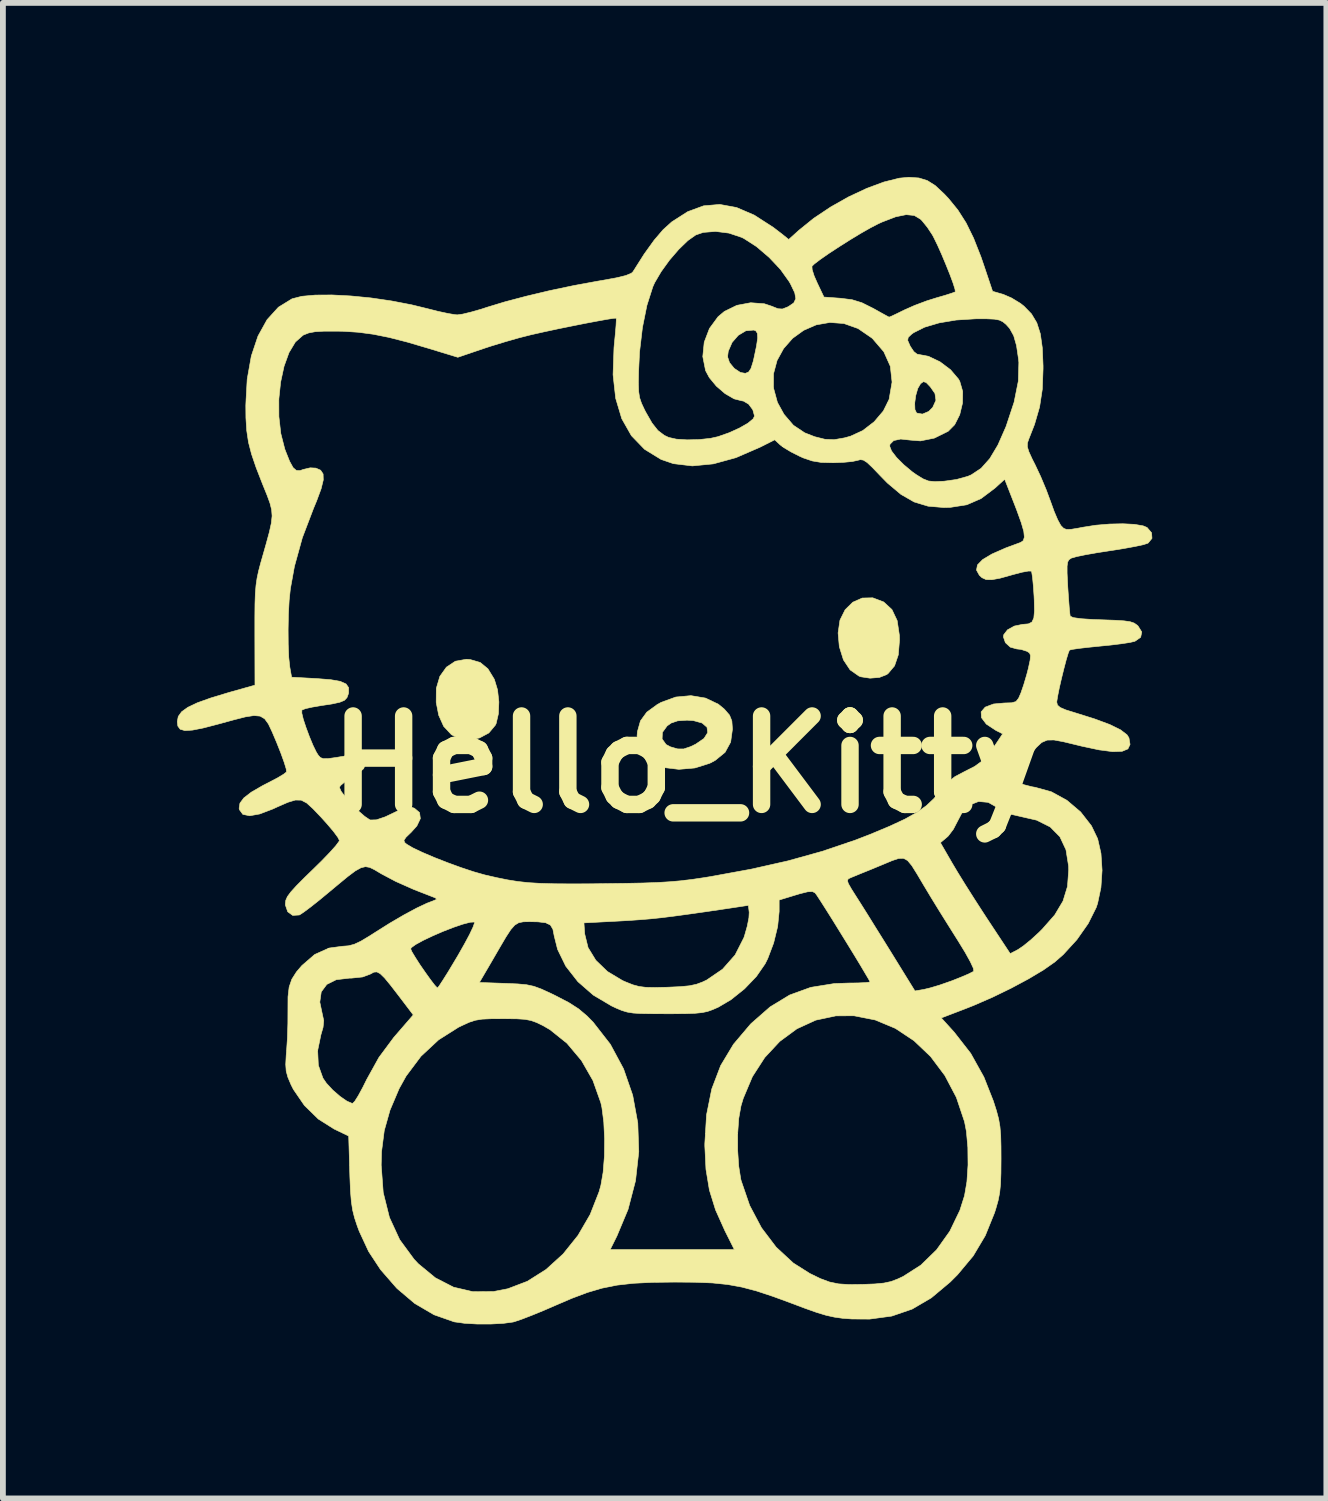
<source format=kicad_pcb>
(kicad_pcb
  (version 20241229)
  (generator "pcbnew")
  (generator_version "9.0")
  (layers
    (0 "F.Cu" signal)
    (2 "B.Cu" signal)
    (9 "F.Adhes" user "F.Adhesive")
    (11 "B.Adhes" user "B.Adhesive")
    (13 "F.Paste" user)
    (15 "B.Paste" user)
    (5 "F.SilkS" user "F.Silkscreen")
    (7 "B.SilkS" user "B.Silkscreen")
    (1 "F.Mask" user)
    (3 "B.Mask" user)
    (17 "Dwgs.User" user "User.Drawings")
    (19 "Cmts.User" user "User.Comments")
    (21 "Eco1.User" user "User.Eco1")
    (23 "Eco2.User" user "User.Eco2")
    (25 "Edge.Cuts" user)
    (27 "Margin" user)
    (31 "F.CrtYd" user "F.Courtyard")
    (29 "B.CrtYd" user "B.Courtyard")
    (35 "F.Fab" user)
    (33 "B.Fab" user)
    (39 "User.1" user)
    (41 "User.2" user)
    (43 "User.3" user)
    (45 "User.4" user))
  (footprint "Hello_Kitty"
    (layer "F.Cu")
    (at 8.768 10.123)
    (property "Reference" "Hello_Kitty" (at 0 0 0) (layer "F.SilkS") (effects (font (size 1.524 1.524) (thickness 0.3))))
    (attr through_hole)
    (fp_poly (pts (xy -3.715 -1.807) (xy -3.543 -1.757) (xy -3.41 -1.648) (xy -3.301 -1.47) (xy -3.297 -1.46) (xy -3.244 -1.285) (xy -3.221 -1.077) (xy -3.229 -0.873) (xy -3.268 -0.705) (xy -3.282 -0.676) (xy -3.394 -0.542) (xy -3.555 -0.456) (xy -3.738 -0.422) (xy -3.917 -0.448) (xy -4.038 -0.512) (xy -4.172 -0.656) (xy -4.258 -0.848) (xy -4.301 -1.069) (xy -4.299 -1.311) (xy -4.238 -1.517) (xy -4.125 -1.676) (xy -3.971 -1.778) (xy -3.781 -1.812) (xy -3.715 -1.807)) (stroke (width 0.01) (type solid)) (fill yes) (layer "F.SilkS"))
    (fp_poly (pts (xy 3.409 -2.8) (xy 3.411 -2.799) (xy 3.553 -2.668) (xy 3.643 -2.478) (xy 3.681 -2.224) (xy 3.683 -2.14) (xy 3.662 -1.887) (xy 3.598 -1.699) (xy 3.486 -1.566) (xy 3.462 -1.548) (xy 3.337 -1.499) (xy 3.175 -1.486) (xy 3.018 -1.51) (xy 2.985 -1.522) (xy 2.832 -1.629) (xy 2.717 -1.802) (xy 2.646 -2.029) (xy 2.625 -2.265) (xy 2.657 -2.486) (xy 2.746 -2.665) (xy 2.878 -2.795) (xy 3.041 -2.867) (xy 3.222 -2.871) (xy 3.409 -2.8)) (stroke (width 0.01) (type solid)) (fill yes) (layer "F.SilkS"))
    (fp_poly (pts (xy 0.34 -1.143) (xy 0.562 -1.037) (xy 0.665 -0.952) (xy 0.754 -0.849) (xy 0.794 -0.749) (xy 0.804 -0.61) (xy 0.804 -0.607) (xy 0.773 -0.384) (xy 0.677 -0.208) (xy 0.508 -0.07) (xy 0.412 -0.019) (xy 0.158 0.061) (xy -0.119 0.085) (xy -0.386 0.053) (xy -0.541 0.000426) (xy -0.708 -0.117) (xy -0.809 -0.284) (xy -0.831 -0.439) (xy -0.408 -0.439) (xy -0.34 -0.343) (xy -0.265 -0.303) (xy -0.14 -0.267) (xy -0.037 -0.266) (xy 0.082 -0.306) (xy 0.171 -0.349) (xy 0.314 -0.447) (xy 0.378 -0.548) (xy 0.366 -0.64) (xy 0.282 -0.713) (xy 0.131 -0.755) (xy 0.021 -0.762) (xy -0.14 -0.751) (xy -0.252 -0.713) (xy -0.322 -0.663) (xy -0.403 -0.552) (xy -0.408 -0.439) (xy -0.831 -0.439) (xy -0.839 -0.492) (xy -0.833 -0.566) (xy -0.781 -0.75) (xy -0.672 -0.9) (xy -0.493 -1.031) (xy -0.425 -1.069) (xy -0.172 -1.161) (xy 0.089 -1.185) (xy 0.34 -1.143)) (stroke (width 0.01) (type solid)) (fill yes) (layer "F.SilkS"))
    (fp_poly (pts (xy 4.017 -10.106) (xy 4.161 -10.062) (xy 4.299 -9.975) (xy 4.452 -9.832) (xy 4.526 -9.754) (xy 4.689 -9.554) (xy 4.831 -9.331) (xy 4.96 -9.068) (xy 5.087 -8.746) (xy 5.143 -8.582) (xy 5.287 -8.153) (xy 5.471 -8.1) (xy 5.614 -8.038) (xy 5.767 -7.945) (xy 5.829 -7.896) (xy 5.957 -7.764) (xy 6.049 -7.611) (xy 6.11 -7.42) (xy 6.144 -7.178) (xy 6.157 -6.87) (xy 6.157 -6.816) (xy 6.144 -6.466) (xy 6.097 -6.159) (xy 6.01 -5.859) (xy 5.912 -5.609) (xy 5.888 -5.54) (xy 5.886 -5.474) (xy 5.912 -5.389) (xy 5.97 -5.262) (xy 6.018 -5.168) (xy 6.115 -4.962) (xy 6.213 -4.728) (xy 6.289 -4.523) (xy 6.349 -4.357) (xy 6.41 -4.214) (xy 6.461 -4.121) (xy 6.47 -4.11) (xy 6.512 -4.068) (xy 6.561 -4.049) (xy 6.64 -4.051) (xy 6.772 -4.073) (xy 6.837 -4.086) (xy 7.065 -4.122) (xy 7.304 -4.142) (xy 7.532 -4.147) (xy 7.732 -4.137) (xy 7.882 -4.111) (xy 7.949 -4.083) (xy 8.027 -3.992) (xy 8.034 -3.896) (xy 7.969 -3.816) (xy 7.958 -3.81) (xy 7.886 -3.787) (xy 7.748 -3.757) (xy 7.563 -3.723) (xy 7.349 -3.688) (xy 7.299 -3.681) (xy 7.081 -3.647) (xy 6.888 -3.613) (xy 6.738 -3.582) (xy 6.65 -3.557) (xy 6.64 -3.553) (xy 6.603 -3.527) (xy 6.581 -3.487) (xy 6.571 -3.416) (xy 6.571 -3.298) (xy 6.58 -3.117) (xy 6.583 -3.056) (xy 6.596 -2.865) (xy 6.608 -2.705) (xy 6.619 -2.594) (xy 6.625 -2.555) (xy 6.676 -2.53) (xy 6.809 -2.511) (xy 7.023 -2.497) (xy 7.171 -2.492) (xy 7.396 -2.484) (xy 7.552 -2.474) (xy 7.657 -2.459) (xy 7.726 -2.436) (xy 7.775 -2.402) (xy 7.794 -2.385) (xy 7.858 -2.282) (xy 7.839 -2.191) (xy 7.74 -2.122) (xy 7.736 -2.121) (xy 7.656 -2.102) (xy 7.513 -2.08) (xy 7.327 -2.057) (xy 7.136 -2.038) (xy 6.939 -2.018) (xy 6.775 -1.999) (xy 6.66 -1.982) (xy 6.612 -1.97) (xy 6.591 -1.918) (xy 6.557 -1.806) (xy 6.517 -1.654) (xy 6.475 -1.484) (xy 6.437 -1.319) (xy 6.409 -1.179) (xy 6.394 -1.086) (xy 6.393 -1.073) (xy 6.405 -1.022) (xy 6.452 -0.981) (xy 6.55 -0.939) (xy 6.699 -0.893) (xy 7.043 -0.785) (xy 7.307 -0.687) (xy 7.492 -0.596) (xy 7.603 -0.511) (xy 7.637 -0.458) (xy 7.656 -0.344) (xy 7.619 -0.267) (xy 7.52 -0.226) (xy 7.357 -0.22) (xy 7.125 -0.25) (xy 6.821 -0.315) (xy 6.731 -0.337) (xy 6.507 -0.391) (xy 6.346 -0.421) (xy 6.228 -0.419) (xy 6.133 -0.378) (xy 6.042 -0.293) (xy 5.934 -0.158) (xy 5.856 -0.052) (xy 5.751 0.091) (xy 5.691 0.182) (xy 5.669 0.238) (xy 5.681 0.272) (xy 5.721 0.303) (xy 5.728 0.307) (xy 5.827 0.35) (xy 5.965 0.385) (xy 6.022 0.395) (xy 6.3 0.472) (xy 6.567 0.618) (xy 6.804 0.819) (xy 6.991 1.059) (xy 7.098 1.282) (xy 7.155 1.533) (xy 7.174 1.825) (xy 7.154 2.124) (xy 7.097 2.394) (xy 7.073 2.466) (xy 6.935 2.742) (xy 6.739 3.021) (xy 6.505 3.277) (xy 6.359 3.405) (xy 6.162 3.543) (xy 5.904 3.697) (xy 5.605 3.857) (xy 5.284 4.013) (xy 4.96 4.154) (xy 4.816 4.211) (xy 4.403 4.369) (xy 4.626 4.615) (xy 4.911 4.981) (xy 5.138 5.389) (xy 5.3 5.8) (xy 5.354 5.969) (xy 5.391 6.108) (xy 5.414 6.241) (xy 5.427 6.392) (xy 5.432 6.583) (xy 5.433 6.795) (xy 5.431 7.045) (xy 5.424 7.233) (xy 5.409 7.382) (xy 5.383 7.515) (xy 5.344 7.653) (xy 5.321 7.726) (xy 5.161 8.121) (xy 4.954 8.469) (xy 4.683 8.794) (xy 4.557 8.92) (xy 4.231 9.193) (xy 3.9 9.387) (xy 3.55 9.507) (xy 3.167 9.559) (xy 2.863 9.557) (xy 2.702 9.545) (xy 2.561 9.525) (xy 2.417 9.493) (xy 2.252 9.443) (xy 2.044 9.369) (xy 1.843 9.293) (xy 1.506 9.169) (xy 1.222 9.075) (xy 0.969 9.008) (xy 0.723 8.963) (xy 0.461 8.936) (xy 0.16 8.924) (xy -0.191 8.921) (xy -0.579 8.926) (xy -0.904 8.942) (xy -1.186 8.974) (xy -1.444 9.026) (xy -1.698 9.101) (xy -1.971 9.204) (xy -2.234 9.317) (xy -2.451 9.411) (xy -2.656 9.495) (xy -2.83 9.562) (xy -2.952 9.603) (xy -2.974 9.609) (xy -3.141 9.632) (xy -3.359 9.644) (xy -3.594 9.644) (xy -3.814 9.631) (xy -3.987 9.607) (xy -3.995 9.605) (xy -4.339 9.484) (xy -4.672 9.289) (xy -4.975 9.032) (xy -4.991 9.015) (xy -5.26 8.706) (xy -5.466 8.393) (xy -5.627 8.046) (xy -5.662 7.952) (xy -5.708 7.813) (xy -5.741 7.681) (xy -5.763 7.536) (xy -5.778 7.356) (xy -5.788 7.119) (xy -5.791 7.022) (xy -5.794 6.905) (xy -5.249 6.905) (xy -5.214 7.378) (xy -5.107 7.807) (xy -4.93 8.191) (xy -4.683 8.527) (xy -4.609 8.606) (xy -4.315 8.848) (xy -4.002 9.009) (xy -3.668 9.087) (xy -3.313 9.084) (xy -3.067 9.036) (xy -2.729 8.907) (xy -2.408 8.704) (xy -2.114 8.437) (xy -1.858 8.118) (xy -1.648 7.757) (xy -1.494 7.365) (xy -1.463 7.254) (xy -1.424 7.028) (xy -1.402 6.751) (xy -1.399 6.453) (xy -1.413 6.164) (xy -1.445 5.915) (xy -1.464 5.83) (xy -1.6 5.447) (xy -1.798 5.102) (xy -2.047 4.806) (xy -2.339 4.572) (xy -2.459 4.502) (xy -2.568 4.449) (xy -2.665 4.414) (xy -2.772 4.393) (xy -2.914 4.384) (xy -3.114 4.382) (xy -3.154 4.382) (xy -3.362 4.383) (xy -3.511 4.39) (xy -3.626 4.409) (xy -3.731 4.443) (xy -3.851 4.498) (xy -3.916 4.529) (xy -4.259 4.746) (xy -4.564 5.03) (xy -4.819 5.37) (xy -4.94 5.588) (xy -5.097 5.958) (xy -5.196 6.309) (xy -5.243 6.674) (xy -5.249 6.905) (xy -5.794 6.905) (xy -5.809 6.404) (xy -6.061 6.283) (xy -6.333 6.111) (xy -6.573 5.876) (xy -6.762 5.6) (xy -6.803 5.519) (xy -6.857 5.391) (xy -6.886 5.285) (xy -6.894 5.17) (xy -6.886 5.013) (xy -6.88 4.938) (xy -6.879 4.931) (xy -6.344 4.931) (xy -6.332 5.185) (xy -6.253 5.406) (xy -6.194 5.493) (xy -6.084 5.612) (xy -5.958 5.721) (xy -5.84 5.803) (xy -5.751 5.841) (xy -5.74 5.841) (xy -5.704 5.805) (xy -5.643 5.708) (xy -5.565 5.564) (xy -5.498 5.429) (xy -5.288 5.05) (xy -5.031 4.704) (xy -4.999 4.667) (xy -4.696 4.317) (xy -4.946 3.988) (xy -5.088 3.804) (xy -5.191 3.679) (xy -5.266 3.606) (xy -5.323 3.576) (xy -5.375 3.58) (xy -5.432 3.611) (xy -5.438 3.614) (xy -5.569 3.663) (xy -5.763 3.683) (xy -5.795 3.683) (xy -6.023 3.71) (xy -6.186 3.791) (xy -6.282 3.92) (xy -6.307 4.096) (xy -6.262 4.311) (xy -6.239 4.416) (xy -6.251 4.533) (xy -6.288 4.66) (xy -6.344 4.931) (xy -6.879 4.931) (xy -6.865 4.716) (xy -6.857 4.463) (xy -6.856 4.235) (xy -6.856 4.232) (xy -6.855 4.005) (xy -6.835 3.836) (xy -6.789 3.702) (xy -6.709 3.576) (xy -6.616 3.467) (xy -6.395 3.276) (xy -6.179 3.179) (xy -4.741 3.179) (xy -4.719 3.23) (xy -4.66 3.328) (xy -4.579 3.454) (xy -4.487 3.587) (xy -4.398 3.711) (xy -4.326 3.805) (xy -4.283 3.85) (xy -4.278 3.852) (xy -4.25 3.817) (xy -4.211 3.758) (xy -3.557 3.758) (xy -3.101 3.774) (xy -2.895 3.783) (xy -2.744 3.797) (xy -2.618 3.824) (xy -2.49 3.871) (xy -2.328 3.945) (xy -2.24 3.988) (xy -2.017 4.104) (xy -1.847 4.213) (xy -1.702 4.335) (xy -1.596 4.443) (xy -1.3 4.823) (xy -1.073 5.245) (xy -0.915 5.701) (xy -0.827 6.18) (xy -0.81 6.674) (xy -0.866 7.174) (xy -0.995 7.669) (xy -1.187 8.128) (xy -1.303 8.361) (xy 0.837 8.361) (xy 0.673 8.034) (xy 0.513 7.677) (xy 0.407 7.335) (xy 0.348 6.978) (xy 0.332 6.65) (xy 0.894 6.65) (xy 0.912 6.922) (xy 0.948 7.15) (xy 0.955 7.176) (xy 1.101 7.601) (xy 1.304 7.985) (xy 1.557 8.319) (xy 1.853 8.593) (xy 2.136 8.772) (xy 2.321 8.862) (xy 2.478 8.92) (xy 2.632 8.952) (xy 2.815 8.964) (xy 3.048 8.961) (xy 3.261 8.953) (xy 3.415 8.938) (xy 3.536 8.912) (xy 3.652 8.868) (xy 3.746 8.824) (xy 4.051 8.629) (xy 4.322 8.365) (xy 4.55 8.045) (xy 4.724 7.684) (xy 4.804 7.431) (xy 4.845 7.191) (xy 4.864 6.903) (xy 4.861 6.603) (xy 4.836 6.324) (xy 4.804 6.158) (xy 4.663 5.738) (xy 4.465 5.362) (xy 4.219 5.034) (xy 3.932 4.761) (xy 3.612 4.549) (xy 3.265 4.404) (xy 2.9 4.332) (xy 2.587 4.333) (xy 2.24 4.407) (xy 1.915 4.556) (xy 1.619 4.774) (xy 1.361 5.051) (xy 1.148 5.381) (xy 0.99 5.756) (xy 0.951 5.886) (xy 0.913 6.1) (xy 0.894 6.365) (xy 0.894 6.65) (xy 0.332 6.65) (xy 0.328 6.577) (xy 0.328 6.538) (xy 0.358 6.039) (xy 0.448 5.593) (xy 0.601 5.191) (xy 0.822 4.823) (xy 1.115 4.477) (xy 1.129 4.463) (xy 1.453 4.179) (xy 1.79 3.974) (xy 2.154 3.842) (xy 2.558 3.777) (xy 2.803 3.768) (xy 2.969 3.766) (xy 3.096 3.76) (xy 3.167 3.752) (xy 3.175 3.748) (xy 3.154 3.706) (xy 3.095 3.606) (xy 3.008 3.459) (xy 2.9 3.281) (xy 2.778 3.082) (xy 2.652 2.878) (xy 2.529 2.679) (xy 2.417 2.501) (xy 2.324 2.355) (xy 2.258 2.254) (xy 2.228 2.214) (xy 2.183 2.191) (xy 2.1 2.195) (xy 1.964 2.229) (xy 1.894 2.25) (xy 1.609 2.337) (xy 1.609 2.535) (xy 1.583 2.794) (xy 1.514 3.078) (xy 1.412 3.347) (xy 1.367 3.437) (xy 1.217 3.654) (xy 1.012 3.868) (xy 0.778 4.055) (xy 0.561 4.183) (xy 0.463 4.226) (xy 0.376 4.257) (xy 0.281 4.277) (xy 0.16 4.289) (xy -0.002 4.295) (xy -0.225 4.297) (xy -0.339 4.297) (xy -0.589 4.296) (xy -0.772 4.293) (xy -0.906 4.285) (xy -1.01 4.268) (xy -1.1 4.241) (xy -1.196 4.201) (xy -1.281 4.161) (xy -1.593 3.976) (xy -1.859 3.744) (xy -2.068 3.477) (xy -2.209 3.188) (xy -2.267 2.957) (xy -2.29 2.84) (xy -2.333 2.768) (xy -2.409 2.731) (xy -1.755 2.731) (xy -1.742 2.921) (xy -1.684 3.157) (xy -1.55 3.376) (xy -1.35 3.569) (xy -1.09 3.725) (xy -1.033 3.75) (xy -0.912 3.798) (xy -0.805 3.827) (xy -0.686 3.842) (xy -0.532 3.845) (xy -0.318 3.84) (xy -0.318 3.84) (xy -0.097 3.83) (xy 0.062 3.815) (xy 0.184 3.789) (xy 0.291 3.749) (xy 0.362 3.715) (xy 0.634 3.529) (xy 0.85 3.284) (xy 1.001 2.987) (xy 1.013 2.951) (xy 1.059 2.79) (xy 1.088 2.644) (xy 1.093 2.55) (xy 1.079 2.429) (xy 0.741 2.48) (xy 0.362 2.536) (xy 0.051 2.58) (xy -0.205 2.615) (xy -0.422 2.642) (xy -0.615 2.662) (xy -0.798 2.677) (xy -0.986 2.69) (xy -1.142 2.699) (xy -1.755 2.731) (xy -2.409 2.731) (xy -2.413 2.729) (xy -2.546 2.713) (xy -2.692 2.71) (xy -2.799 2.712) (xy -2.879 2.728) (xy -2.947 2.769) (xy -3.016 2.847) (xy -3.099 2.974) (xy -3.21 3.163) (xy -3.217 3.175) (xy -3.312 3.339) (xy -3.401 3.492) (xy -3.468 3.606) (xy -3.479 3.625) (xy -3.557 3.758) (xy -4.211 3.758) (xy -4.187 3.721) (xy -4.097 3.578) (xy -3.989 3.398) (xy -3.925 3.291) (xy -3.815 3.097) (xy -3.726 2.931) (xy -3.666 2.804) (xy -3.64 2.73) (xy -3.643 2.716) (xy -3.716 2.72) (xy -3.842 2.753) (xy -4.004 2.808) (xy -4.184 2.878) (xy -4.364 2.956) (xy -4.526 3.033) (xy -4.654 3.103) (xy -4.729 3.157) (xy -4.741 3.179) (xy -6.179 3.179) (xy -6.148 3.165) (xy -5.918 3.134) (xy -5.813 3.126) (xy -5.713 3.1) (xy -5.598 3.046) (xy -5.445 2.954) (xy -5.353 2.895) (xy -5.102 2.737) (xy -4.859 2.595) (xy -4.638 2.476) (xy -4.458 2.391) (xy -4.36 2.354) (xy -4.295 2.326) (xy -4.31 2.303) (xy -4.318 2.299) (xy -4.685 2.156) (xy -4.998 2.017) (xy -5.243 1.887) (xy -5.262 1.876) (xy -5.364 1.815) (xy -5.446 1.775) (xy -5.519 1.762) (xy -5.598 1.781) (xy -5.695 1.835) (xy -5.823 1.931) (xy -5.994 2.072) (xy -6.144 2.197) (xy -6.312 2.336) (xy -6.462 2.455) (xy -6.581 2.544) (xy -6.652 2.591) (xy -6.66 2.595) (xy -6.774 2.602) (xy -6.86 2.539) (xy -6.9 2.423) (xy -6.9 2.402) (xy -6.893 2.342) (xy -6.865 2.278) (xy -6.806 2.198) (xy -6.709 2.091) (xy -6.565 1.946) (xy -6.435 1.82) (xy -6.273 1.661) (xy -6.135 1.518) (xy -6.033 1.404) (xy -5.977 1.329) (xy -5.969 1.31) (xy -5.997 1.255) (xy -6.071 1.155) (xy -6.181 1.025) (xy -6.281 0.914) (xy -6.425 0.763) (xy -6.533 0.665) (xy -6.627 0.616) (xy -6.728 0.614) (xy -6.857 0.653) (xy -7.036 0.731) (xy -7.116 0.768) (xy -7.342 0.854) (xy -7.515 0.885) (xy -7.633 0.861) (xy -7.692 0.78) (xy -7.697 0.755) (xy -7.683 0.668) (xy -7.616 0.578) (xy -7.488 0.479) (xy -7.291 0.365) (xy -7.168 0.302) (xy -7.033 0.231) (xy -6.93 0.169) (xy -6.881 0.13) (xy -6.881 0.13) (xy -6.886 0.077) (xy -6.921 -0.037) (xy -6.978 -0.195) (xy -7.051 -0.379) (xy -7.129 -0.563) (xy -7.193 -0.698) (xy -7.257 -0.786) (xy -7.335 -0.832) (xy -7.442 -0.842) (xy -7.59 -0.819) (xy -7.794 -0.767) (xy -8.049 -0.697) (xy -8.31 -0.629) (xy -8.501 -0.591) (xy -8.632 -0.583) (xy -8.713 -0.606) (xy -8.753 -0.66) (xy -8.763 -0.735) (xy -8.746 -0.826) (xy -8.688 -0.907) (xy -8.581 -0.984) (xy -8.417 -1.062) (xy -8.188 -1.144) (xy -7.885 -1.236) (xy -7.829 -1.252) (xy -7.424 -1.366) (xy -7.426 -2.239) (xy -7.426 -2.536) (xy -7.424 -2.766) (xy -7.418 -2.944) (xy -7.406 -3.086) (xy -7.388 -3.21) (xy -7.362 -3.332) (xy -7.326 -3.469) (xy -7.307 -3.535) (xy -7.231 -3.802) (xy -7.176 -4.004) (xy -7.142 -4.158) (xy -7.129 -4.281) (xy -7.137 -4.389) (xy -7.165 -4.501) (xy -7.213 -4.633) (xy -7.281 -4.801) (xy -7.293 -4.83) (xy -7.404 -5.115) (xy -7.483 -5.347) (xy -7.536 -5.552) (xy -7.566 -5.752) (xy -7.58 -5.971) (xy -7.582 -6.187) (xy -7.577 -6.295) (xy -7.013 -6.295) (xy -7.012 -5.994) (xy -6.979 -5.702) (xy -6.91 -5.433) (xy -6.898 -5.401) (xy -6.827 -5.223) (xy -6.767 -5.114) (xy -6.71 -5.065) (xy -6.644 -5.064) (xy -6.595 -5.082) (xy -6.473 -5.111) (xy -6.375 -5.106) (xy -6.293 -5.07) (xy -6.25 -5.005) (xy -6.247 -4.902) (xy -6.284 -4.751) (xy -6.362 -4.54) (xy -6.412 -4.42) (xy -6.608 -3.906) (xy -6.744 -3.413) (xy -6.814 -3.027) (xy -6.835 -2.828) (xy -6.848 -2.585) (xy -6.853 -2.323) (xy -6.851 -2.068) (xy -6.842 -1.844) (xy -6.824 -1.678) (xy -6.823 -1.672) (xy -6.793 -1.503) (xy -6.359 -1.479) (xy -6.119 -1.46) (xy -5.954 -1.431) (xy -5.854 -1.386) (xy -5.81 -1.322) (xy -5.811 -1.233) (xy -5.815 -1.215) (xy -5.839 -1.15) (xy -5.883 -1.104) (xy -5.963 -1.071) (xy -6.096 -1.042) (xy -6.281 -1.014) (xy -6.434 -0.988) (xy -6.554 -0.961) (xy -6.615 -0.937) (xy -6.616 -0.936) (xy -6.617 -0.884) (xy -6.591 -0.776) (xy -6.544 -0.634) (xy -6.486 -0.478) (xy -6.424 -0.329) (xy -6.366 -0.21) (xy -6.331 -0.155) (xy -6.295 -0.117) (xy -6.246 -0.099) (xy -6.164 -0.1) (xy -6.028 -0.119) (xy -5.951 -0.132) (xy -5.784 -0.158) (xy -5.678 -0.166) (xy -5.614 -0.155) (xy -5.569 -0.125) (xy -5.562 -0.119) (xy -5.514 -0.026) (xy -5.551 0.073) (xy -5.672 0.178) (xy -5.758 0.229) (xy -5.873 0.3) (xy -5.95 0.364) (xy -5.969 0.396) (xy -5.94 0.463) (xy -5.863 0.565) (xy -5.758 0.684) (xy -5.642 0.801) (xy -5.533 0.896) (xy -5.45 0.952) (xy -5.434 0.958) (xy -5.331 0.955) (xy -5.18 0.904) (xy -5.056 0.845) (xy -4.906 0.773) (xy -4.806 0.738) (xy -4.734 0.736) (xy -4.677 0.755) (xy -4.588 0.83) (xy -4.574 0.934) (xy -4.634 1.06) (xy -4.731 1.168) (xy -4.822 1.256) (xy -4.857 1.308) (xy -4.845 1.346) (xy -4.809 1.376) (xy -4.706 1.437) (xy -4.542 1.515) (xy -4.336 1.603) (xy -4.106 1.693) (xy -3.873 1.778) (xy -3.656 1.85) (xy -3.473 1.902) (xy -3.458 1.906) (xy -3.252 1.953) (xy -3.069 1.99) (xy -2.893 2.018) (xy -2.71 2.038) (xy -2.507 2.05) (xy -2.269 2.057) (xy -1.982 2.059) (xy -1.633 2.058) (xy -1.418 2.055) (xy -1.045 2.05) (xy -0.741 2.044) (xy -0.489 2.035) (xy -0.274 2.022) (xy -0.08 2.005) (xy -0.039 2) (xy 2.785 2) (xy 2.801 2.053) (xy 2.854 2.146) (xy 2.935 2.274) (xy 3.019 2.406) (xy 3.136 2.592) (xy 3.273 2.813) (xy 3.421 3.05) (xy 3.534 3.232) (xy 3.949 3.904) (xy 4.102 3.878) (xy 4.214 3.851) (xy 4.375 3.803) (xy 4.552 3.741) (xy 4.589 3.728) (xy 4.747 3.665) (xy 4.876 3.61) (xy 4.952 3.571) (xy 4.963 3.563) (xy 4.956 3.513) (xy 4.905 3.403) (xy 4.816 3.242) (xy 4.692 3.039) (xy 4.668 3.001) (xy 4.524 2.772) (xy 4.372 2.529) (xy 4.23 2.298) (xy 4.116 2.108) (xy 4.108 2.095) (xy 3.986 1.889) (xy 3.896 1.745) (xy 3.823 1.657) (xy 3.752 1.618) (xy 3.667 1.621) (xy 3.553 1.659) (xy 3.396 1.725) (xy 3.352 1.743) (xy 3.171 1.818) (xy 3.01 1.883) (xy 2.891 1.932) (xy 2.847 1.95) (xy 2.802 1.971) (xy 2.785 2) (xy -0.039 2) (xy 0.11 1.982) (xy 0.312 1.952) (xy 0.423 1.934) (xy 1.128 1.805) (xy 1.766 1.661) (xy 2.354 1.497) (xy 2.792 1.349) (xy 4.388 1.349) (xy 4.591 1.701) (xy 4.687 1.862) (xy 4.816 2.071) (xy 4.965 2.306) (xy 5.119 2.545) (xy 5.192 2.657) (xy 5.591 3.261) (xy 5.727 3.19) (xy 5.818 3.128) (xy 5.946 3.024) (xy 6.087 2.895) (xy 6.142 2.84) (xy 6.358 2.595) (xy 6.501 2.355) (xy 6.578 2.103) (xy 6.599 1.819) (xy 6.597 1.753) (xy 6.552 1.471) (xy 6.447 1.247) (xy 6.28 1.078) (xy 6.047 0.961) (xy 5.763 0.896) (xy 5.551 0.847) (xy 5.394 0.762) (xy 5.378 0.748) (xy 5.212 0.654) (xy 5.046 0.639) (xy 4.891 0.7) (xy 4.76 0.833) (xy 4.681 0.983) (xy 4.611 1.118) (xy 4.524 1.233) (xy 4.499 1.256) (xy 4.388 1.349) (xy 2.792 1.349) (xy 2.91 1.309) (xy 3.182 1.204) (xy 3.514 1.065) (xy 3.778 0.942) (xy 3.985 0.826) (xy 4.147 0.711) (xy 4.276 0.589) (xy 4.366 0.48) (xy 4.498 0.322) (xy 4.638 0.211) (xy 4.799 0.126) (xy 4.976 0.036) (xy 5.11 -0.061) (xy 5.229 -0.19) (xy 5.349 -0.359) (xy 5.461 -0.527) (xy 5.344 -0.586) (xy 5.179 -0.695) (xy 5.096 -0.805) (xy 5.09 -0.905) (xy 5.16 -0.987) (xy 5.302 -1.041) (xy 5.487 -1.058) (xy 5.616 -1.062) (xy 5.69 -1.083) (xy 5.735 -1.139) (xy 5.776 -1.233) (xy 5.825 -1.376) (xy 5.877 -1.552) (xy 5.904 -1.656) (xy 5.934 -1.796) (xy 5.941 -1.876) (xy 5.924 -1.92) (xy 5.883 -1.948) (xy 5.777 -1.982) (xy 5.703 -1.99) (xy 5.592 -2.021) (xy 5.508 -2.098) (xy 5.474 -2.196) (xy 5.479 -2.234) (xy 5.544 -2.319) (xy 5.662 -2.384) (xy 5.801 -2.413) (xy 5.812 -2.414) (xy 5.905 -2.422) (xy 5.965 -2.453) (xy 5.998 -2.523) (xy 6.009 -2.644) (xy 6.005 -2.832) (xy 6.002 -2.897) (xy 5.99 -3.074) (xy 5.976 -3.219) (xy 5.962 -3.31) (xy 5.954 -3.331) (xy 5.904 -3.332) (xy 5.795 -3.312) (xy 5.649 -3.274) (xy 5.62 -3.266) (xy 5.416 -3.209) (xy 5.274 -3.183) (xy 5.176 -3.185) (xy 5.104 -3.218) (xy 5.059 -3.26) (xy 5.01 -3.349) (xy 5.027 -3.438) (xy 5.115 -3.529) (xy 5.277 -3.626) (xy 5.516 -3.731) (xy 5.768 -3.824) (xy 5.816 -3.856) (xy 5.835 -3.916) (xy 5.825 -4.015) (xy 5.782 -4.164) (xy 5.706 -4.375) (xy 5.669 -4.471) (xy 5.496 -4.914) (xy 5.325 -4.759) (xy 5.088 -4.581) (xy 4.842 -4.474) (xy 4.561 -4.43) (xy 4.445 -4.427) (xy 4.175 -4.45) (xy 3.935 -4.523) (xy 3.707 -4.654) (xy 3.474 -4.85) (xy 3.35 -4.977) (xy 3.217 -5.116) (xy 3.126 -5.202) (xy 3.061 -5.244) (xy 3.008 -5.252) (xy 2.962 -5.24) (xy 2.869 -5.22) (xy 2.722 -5.206) (xy 2.55 -5.199) (xy 2.534 -5.199) (xy 2.334 -5.204) (xy 2.178 -5.23) (xy 2.025 -5.282) (xy 1.963 -5.31) (xy 1.816 -5.384) (xy 1.689 -5.46) (xy 1.659 -5.482) (xy 3.514 -5.482) (xy 3.546 -5.401) (xy 3.632 -5.289) (xy 3.757 -5.164) (xy 3.903 -5.042) (xy 3.971 -4.994) (xy 4.087 -4.922) (xy 4.182 -4.884) (xy 4.291 -4.873) (xy 4.449 -4.88) (xy 4.451 -4.88) (xy 4.665 -4.91) (xy 4.859 -4.964) (xy 4.92 -4.99) (xy 5.089 -5.102) (xy 5.239 -5.27) (xy 5.379 -5.504) (xy 5.515 -5.813) (xy 5.521 -5.828) (xy 5.658 -6.242) (xy 5.731 -6.606) (xy 5.74 -6.926) (xy 5.735 -6.978) (xy 5.7 -7.216) (xy 5.651 -7.388) (xy 5.581 -7.514) (xy 5.52 -7.582) (xy 5.464 -7.628) (xy 5.404 -7.657) (xy 5.319 -7.673) (xy 5.19 -7.679) (xy 4.998 -7.679) (xy 4.977 -7.678) (xy 4.66 -7.658) (xy 4.367 -7.609) (xy 4.117 -7.535) (xy 3.927 -7.44) (xy 3.89 -7.413) (xy 3.833 -7.359) (xy 3.824 -7.307) (xy 3.861 -7.222) (xy 3.869 -7.205) (xy 3.929 -7.115) (xy 3.984 -7.071) (xy 3.991 -7.069) (xy 4.182 -7.033) (xy 4.381 -6.938) (xy 4.563 -6.801) (xy 4.7 -6.64) (xy 4.722 -6.6) (xy 4.772 -6.427) (xy 4.769 -6.227) (xy 4.721 -6.027) (xy 4.634 -5.854) (xy 4.522 -5.741) (xy 4.283 -5.623) (xy 4.043 -5.575) (xy 3.868 -5.589) (xy 3.704 -5.607) (xy 3.583 -5.581) (xy 3.519 -5.517) (xy 3.514 -5.482) (xy 1.659 -5.482) (xy 1.624 -5.509) (xy 1.533 -5.594) (xy 1.281 -5.467) (xy 0.864 -5.286) (xy 0.474 -5.179) (xy 0.113 -5.144) (xy -0.214 -5.183) (xy -0.426 -5.256) (xy -0.711 -5.431) (xy -0.937 -5.665) (xy -1.103 -5.958) (xy -1.208 -6.309) (xy -1.237 -6.57) (xy -0.817 -6.57) (xy -0.812 -6.427) (xy -0.796 -6.32) (xy -0.763 -6.223) (xy -0.711 -6.112) (xy -0.692 -6.075) (xy -0.582 -5.883) (xy -0.481 -5.755) (xy -0.371 -5.671) (xy -0.295 -5.635) (xy -0.162 -5.605) (xy 0.023 -5.593) (xy 0.23 -5.598) (xy 0.426 -5.619) (xy 0.555 -5.648) (xy 0.751 -5.717) (xy 0.928 -5.798) (xy 1.071 -5.88) (xy 1.161 -5.955) (xy 1.185 -6.003) (xy 1.155 -6.112) (xy 1.083 -6.209) (xy 0.993 -6.262) (xy 0.969 -6.265) (xy 0.832 -6.3) (xy 0.677 -6.39) (xy 0.561 -6.49) (xy 1.511 -6.49) (xy 1.579 -6.239) (xy 1.692 -6.034) (xy 1.855 -5.844) (xy 2.05 -5.714) (xy 2.222 -5.647) (xy 2.398 -5.603) (xy 2.556 -5.596) (xy 2.734 -5.627) (xy 2.839 -5.656) (xy 3.05 -5.753) (xy 3.247 -5.905) (xy 3.405 -6.091) (xy 3.472 -6.226) (xy 3.945 -6.226) (xy 3.949 -6.115) (xy 3.978 -6.055) (xy 4.078 -6.037) (xy 4.187 -6.083) (xy 4.256 -6.153) (xy 4.311 -6.275) (xy 4.294 -6.392) (xy 4.215 -6.506) (xy 4.143 -6.581) (xy 4.095 -6.596) (xy 4.046 -6.561) (xy 3.998 -6.479) (xy 3.963 -6.357) (xy 3.945 -6.226) (xy 3.472 -6.226) (xy 3.503 -6.289) (xy 3.504 -6.292) (xy 3.555 -6.588) (xy 3.525 -6.861) (xy 3.413 -7.111) (xy 3.22 -7.336) (xy 3.203 -7.351) (xy 2.968 -7.512) (xy 2.725 -7.598) (xy 2.482 -7.616) (xy 2.248 -7.575) (xy 2.032 -7.481) (xy 1.841 -7.343) (xy 1.686 -7.167) (xy 1.573 -6.961) (xy 1.512 -6.733) (xy 1.511 -6.49) (xy 0.561 -6.49) (xy 0.527 -6.519) (xy 0.405 -6.667) (xy 0.341 -6.787) (xy 0.294 -7.024) (xy 0.72 -7.024) (xy 0.754 -6.923) (xy 0.836 -6.824) (xy 0.94 -6.755) (xy 1.026 -6.739) (xy 1.083 -6.762) (xy 1.124 -6.824) (xy 1.162 -6.945) (xy 1.176 -7.006) (xy 1.219 -7.211) (xy 1.239 -7.348) (xy 1.234 -7.43) (xy 1.205 -7.473) (xy 1.171 -7.485) (xy 1.036 -7.473) (xy 0.905 -7.395) (xy 0.798 -7.272) (xy 0.732 -7.12) (xy 0.72 -7.024) (xy 0.294 -7.024) (xy 0.293 -7.027) (xy 0.318 -7.276) (xy 0.408 -7.512) (xy 0.556 -7.714) (xy 0.665 -7.806) (xy 0.88 -7.911) (xy 1.119 -7.956) (xy 1.355 -7.938) (xy 1.478 -7.897) (xy 1.588 -7.853) (xy 1.665 -7.848) (xy 1.75 -7.881) (xy 1.772 -7.892) (xy 1.861 -7.953) (xy 1.896 -8.026) (xy 1.878 -8.128) (xy 1.807 -8.276) (xy 1.783 -8.319) (xy 1.634 -8.527) (xy 1.582 -8.584) (xy 2.174 -8.584) (xy 2.178 -8.526) (xy 2.212 -8.419) (xy 2.265 -8.298) (xy 2.381 -8.054) (xy 2.668 -8.033) (xy 2.866 -8.008) (xy 3.035 -7.956) (xy 3.221 -7.863) (xy 3.224 -7.862) (xy 3.356 -7.788) (xy 3.456 -7.733) (xy 3.503 -7.708) (xy 3.504 -7.708) (xy 3.545 -7.724) (xy 3.64 -7.769) (xy 3.766 -7.831) (xy 3.942 -7.909) (xy 4.152 -7.988) (xy 4.321 -8.041) (xy 4.47 -8.084) (xy 4.585 -8.121) (xy 4.643 -8.143) (xy 4.645 -8.145) (xy 4.639 -8.191) (xy 4.606 -8.296) (xy 4.552 -8.442) (xy 4.484 -8.611) (xy 4.411 -8.786) (xy 4.339 -8.947) (xy 4.275 -9.078) (xy 4.25 -9.125) (xy 4.164 -9.255) (xy 4.071 -9.37) (xy 4.045 -9.396) (xy 3.938 -9.46) (xy 3.798 -9.474) (xy 3.617 -9.437) (xy 3.383 -9.347) (xy 3.313 -9.315) (xy 3.182 -9.247) (xy 3.017 -9.153) (xy 2.832 -9.041) (xy 2.644 -8.922) (xy 2.468 -8.807) (xy 2.32 -8.704) (xy 2.216 -8.625) (xy 2.174 -8.584) (xy 1.582 -8.584) (xy 1.437 -8.737) (xy 1.218 -8.924) (xy 1.002 -9.063) (xy 0.964 -9.082) (xy 0.743 -9.156) (xy 0.513 -9.185) (xy 0.301 -9.168) (xy 0.172 -9.124) (xy 0.035 -9.027) (xy -0.122 -8.875) (xy -0.282 -8.689) (xy -0.425 -8.491) (xy -0.536 -8.302) (xy -0.568 -8.231) (xy -0.67 -7.911) (xy -0.747 -7.529) (xy -0.797 -7.106) (xy -0.813 -6.773) (xy -0.817 -6.57) (xy -1.237 -6.57) (xy -1.253 -6.717) (xy -1.237 -7.18) (xy -1.233 -7.225) (xy -1.215 -7.41) (xy -1.202 -7.561) (xy -1.197 -7.661) (xy -1.199 -7.69) (xy -1.244 -7.688) (xy -1.357 -7.67) (xy -1.524 -7.64) (xy -1.731 -7.601) (xy -1.962 -7.555) (xy -2.203 -7.506) (xy -2.44 -7.455) (xy -2.658 -7.406) (xy -2.667 -7.404) (xy -2.868 -7.353) (xy -3.11 -7.284) (xy -3.356 -7.209) (xy -3.478 -7.169) (xy -3.928 -7.016) (xy -4.43 -7.169) (xy -4.8 -7.278) (xy -5.112 -7.358) (xy -5.386 -7.413) (xy -5.642 -7.447) (xy -5.9 -7.464) (xy -6.011 -7.466) (xy -6.231 -7.466) (xy -6.386 -7.457) (xy -6.497 -7.436) (xy -6.584 -7.402) (xy -6.597 -7.395) (xy -6.728 -7.279) (xy -6.838 -7.096) (xy -6.923 -6.861) (xy -6.982 -6.589) (xy -7.013 -6.295) (xy -7.577 -6.295) (xy -7.558 -6.638) (xy -7.487 -7.038) (xy -7.372 -7.381) (xy -7.216 -7.663) (xy -7.02 -7.879) (xy -6.788 -8.022) (xy -6.784 -8.024) (xy -6.617 -8.067) (xy -6.383 -8.088) (xy -6.097 -8.09) (xy -5.773 -8.073) (xy -5.426 -8.039) (xy -5.071 -7.987) (xy -4.723 -7.92) (xy -4.453 -7.854) (xy -4.267 -7.807) (xy -4.099 -7.771) (xy -3.974 -7.75) (xy -3.936 -7.747) (xy -3.844 -7.76) (xy -3.696 -7.796) (xy -3.518 -7.847) (xy -3.424 -7.878) (xy -3.118 -7.971) (xy -2.751 -8.068) (xy -2.348 -8.164) (xy -1.93 -8.252) (xy -1.522 -8.327) (xy -1.439 -8.341) (xy -1.198 -8.385) (xy -1.033 -8.425) (xy -0.938 -8.464) (xy -0.91 -8.49) (xy -0.716 -8.796) (xy -0.545 -9.034) (xy -0.391 -9.214) (xy -0.245 -9.346) (xy -0.243 -9.348) (xy 0.033 -9.525) (xy 0.307 -9.626) (xy 0.586 -9.65) (xy 0.875 -9.597) (xy 1.18 -9.466) (xy 1.506 -9.256) (xy 1.66 -9.138) (xy 1.774 -9.046) (xy 1.949 -9.204) (xy 2.205 -9.411) (xy 2.497 -9.606) (xy 2.807 -9.781) (xy 3.119 -9.927) (xy 3.416 -10.037) (xy 3.681 -10.103) (xy 3.844 -10.118) (xy 4.017 -10.106)) (stroke (width 0.01) (type solid)) (fill yes) (layer "F.SilkS")))
  (gr_rect
    (start -3 -3)
    (end 19.807 22.772)
    (stroke (width 0.1) (type default))
    (fill no)
    (layer "Edge.Cuts")))
</source>
